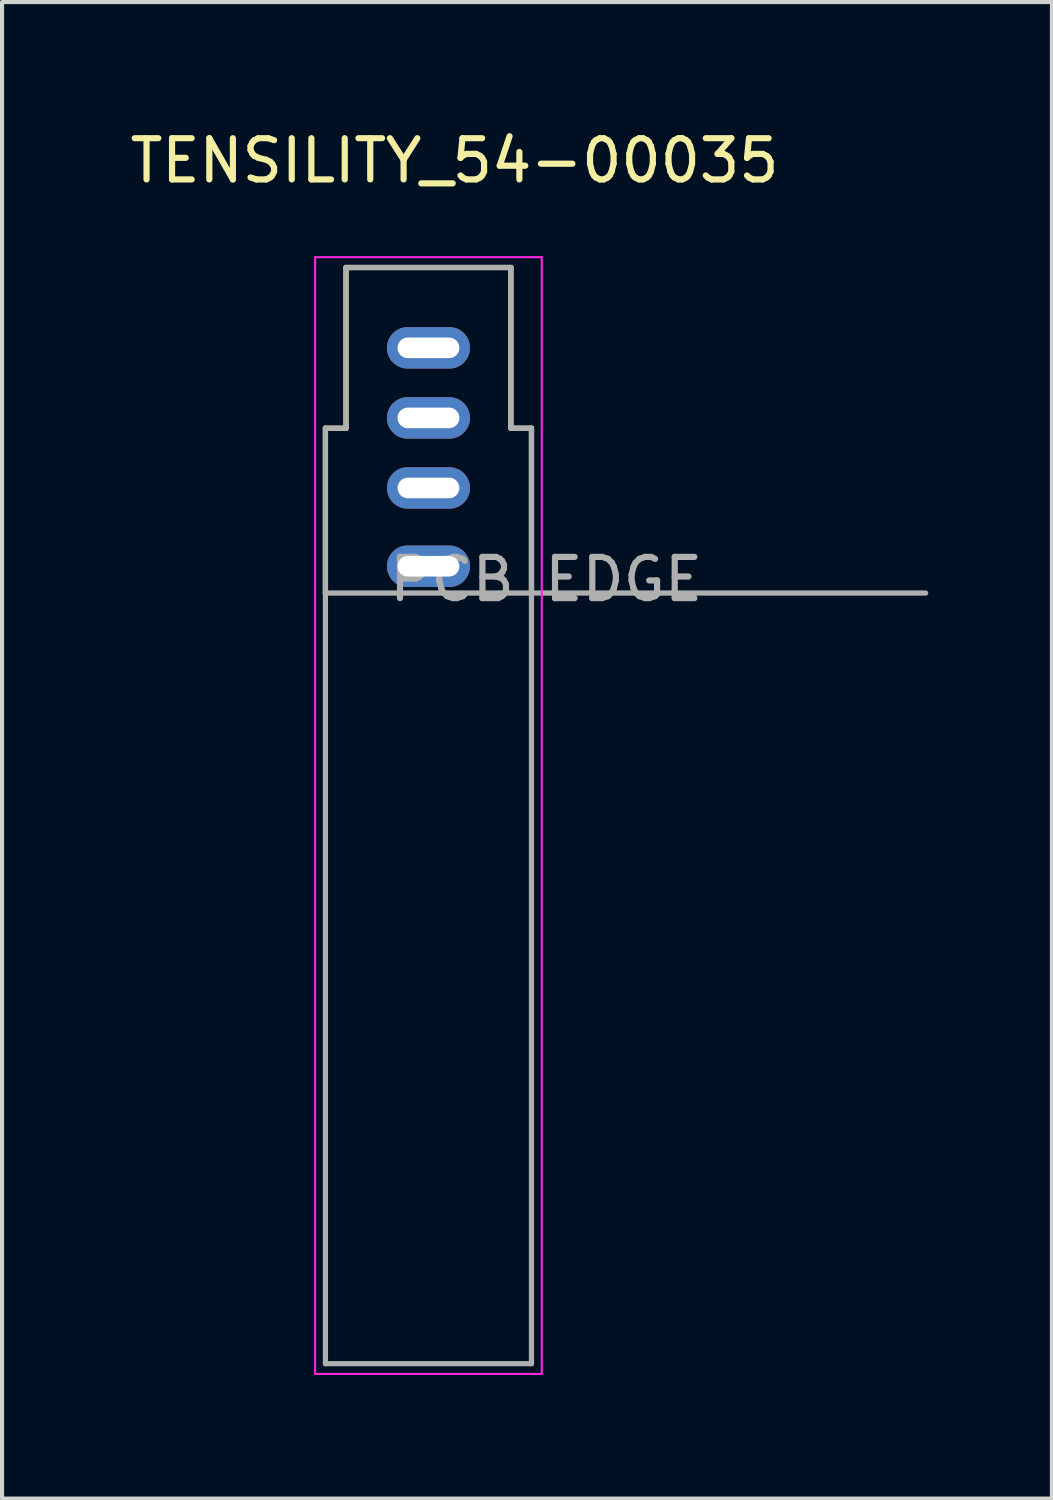
<source format=kicad_pcb>
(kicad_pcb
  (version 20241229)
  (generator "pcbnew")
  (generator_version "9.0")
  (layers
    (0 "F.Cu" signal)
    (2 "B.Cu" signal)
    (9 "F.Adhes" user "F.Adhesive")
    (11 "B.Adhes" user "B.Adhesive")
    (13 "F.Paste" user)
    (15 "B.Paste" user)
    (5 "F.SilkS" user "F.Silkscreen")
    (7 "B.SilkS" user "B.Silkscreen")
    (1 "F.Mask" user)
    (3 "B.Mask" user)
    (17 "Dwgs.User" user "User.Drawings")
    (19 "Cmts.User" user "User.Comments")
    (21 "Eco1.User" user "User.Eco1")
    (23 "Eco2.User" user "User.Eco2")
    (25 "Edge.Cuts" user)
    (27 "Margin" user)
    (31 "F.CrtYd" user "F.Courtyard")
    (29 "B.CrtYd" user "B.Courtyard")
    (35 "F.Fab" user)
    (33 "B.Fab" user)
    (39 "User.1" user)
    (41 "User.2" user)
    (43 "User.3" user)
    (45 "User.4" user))
  (footprint "TENSILITY_54-00035"
    (layer "F.Cu")
    (at 7.347 10.691)
    (property "Reference" "TENSILITY_54-00035" (at 0.635 -9.842 0) (layer "F.SilkS") (effects (font (size 1 1) (thickness 0.15))))
    (attr through_hole)
    (fp_line (start -2.5 0.65) (end -2.5 -3.35) (stroke (width 0.127) (type solid)) (layer "F.SilkS"))
    (fp_line (start -2 -7.25) (end -2 -3.35) (stroke (width 0.127) (type solid)) (layer "F.SilkS"))
    (fp_line (start -2 -7.25) (end 2 -7.25) (stroke (width 0.127) (type solid)) (layer "F.SilkS"))
    (fp_line (start -2 -3.35) (end -2.5 -3.35) (stroke (width 0.127) (type solid)) (layer "F.SilkS"))
    (fp_line (start 2 -7.25) (end 2 -3.35) (stroke (width 0.127) (type solid)) (layer "F.SilkS"))
    (fp_line (start 2 -3.35) (end 2.5 -3.35) (stroke (width 0.127) (type solid)) (layer "F.SilkS"))
    (fp_line (start 2.5 -3.35) (end 2.5 0.65) (stroke (width 0.127) (type solid)) (layer "F.SilkS"))
    (fp_line (start -2.75 -7.5) (end 2.75 -7.5) (stroke (width 0.05) (type solid)) (layer "F.CrtYd"))
    (fp_line (start -2.75 19.6) (end -2.75 -7.5) (stroke (width 0.05) (type solid)) (layer "F.CrtYd"))
    (fp_line (start 2.75 -7.5) (end 2.75 19.6) (stroke (width 0.05) (type solid)) (layer "F.CrtYd"))
    (fp_line (start 2.75 19.6) (end -2.75 19.6) (stroke (width 0.05) (type solid)) (layer "F.CrtYd"))
    (fp_line (start -2.5 0.65) (end -2.5 -3.35) (stroke (width 0.127) (type solid)) (layer "F.Fab"))
    (fp_line (start -2.5 0.65) (end 12.065 0.65) (stroke (width 0.127) (type solid)) (layer "F.Fab"))
    (fp_line (start -2.5 19.35) (end -2.5 0.65) (stroke (width 0.127) (type solid)) (layer "F.Fab"))
    (fp_line (start -2 -7.25) (end -2 -3.35) (stroke (width 0.127) (type solid)) (layer "F.Fab"))
    (fp_line (start -2 -7.25) (end 2 -7.25) (stroke (width 0.127) (type solid)) (layer "F.Fab"))
    (fp_line (start -2 -3.35) (end -2.5 -3.35) (stroke (width 0.127) (type solid)) (layer "F.Fab"))
    (fp_line (start 2 -7.25) (end 2 -3.35) (stroke (width 0.127) (type solid)) (layer "F.Fab"))
    (fp_line (start 2 -3.35) (end 2.5 -3.35) (stroke (width 0.127) (type solid)) (layer "F.Fab"))
    (fp_line (start 2.5 -3.35) (end 2.5 19.35) (stroke (width 0.127) (type solid)) (layer "F.Fab"))
    (fp_line (start 2.5 19.35) (end -2.5 19.35) (stroke (width 0.127) (type solid)) (layer "F.Fab"))
    (fp_text user "PCB EDGE" (at 2.857 0.318 0) (layer "F.Fab") (effects (font (size 1 1) (thickness 0.15))))
    (pad "R1" thru_hole oval (at 0 -3.6) (size 2.016 1.008) (drill oval 1.5 0.5) (layers "*.Cu" "*.Mask"))
    (pad "R2" thru_hole oval (at 0 -1.9) (size 2.016 1.008) (drill oval 1.5 0.5) (layers "*.Cu" "*.Mask"))
    (pad "S" thru_hole oval (at 0 0) (size 2.016 1.008) (drill oval 1.5 0.5) (layers "*.Cu" "*.Mask"))
    (pad "T" thru_hole oval (at 0 -5.3) (size 2.016 1.008) (drill oval 1.5 0.5) (layers "*.Cu" "*.Mask")))
  (gr_rect
    (start -3 -3)
    (end 22.476 33.316)
    (stroke (width 0.1) (type default))
    (fill no)
    (layer "Edge.Cuts")))
</source>
